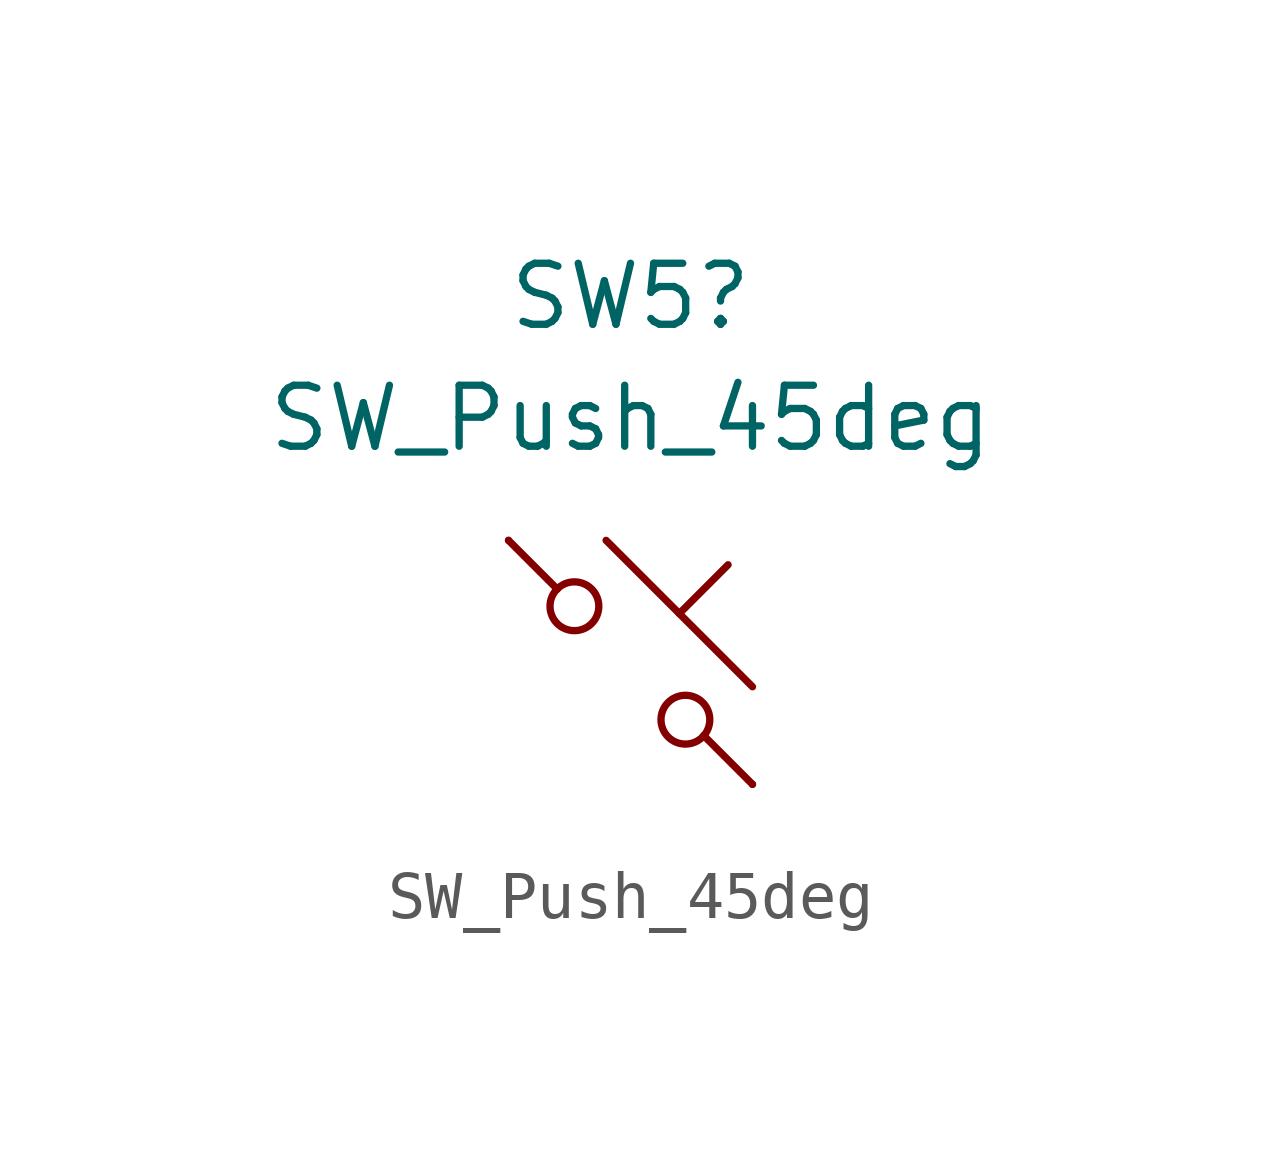
<source format=kicad_sym>
(kicad_symbol_lib
  (version 20220914)
  (generator kicad_symbol_editor)
  (symbol "SW_Push_45deg"
    (pin_numbers hide)
    (pin_names
      (offset 1.016) hide)
    (property "Reference" "SW5"
      (at 0 7.62 0)
      (effects (font (size 1.27 1.27))))
    (property "Value" "SW_Push_45deg"
      (at 0 5.08 0)
      (effects (font (size 1.27 1.27))))
    (symbol "SW_Push_45deg_0_1"
      (circle (center -1.168 1.168) (radius 0.508) (stroke (width 0) (type default)) (fill (type none)))
      (polyline (pts (xy -0.508 2.54) (xy 2.54 -0.508)) (stroke (width 0) (type default)) (fill (type none)))
      (polyline (pts (xy 1.016 1.016) (xy 2.032 2.032)) (stroke (width 0) (type default)) (fill (type none)))
      (polyline (pts (xy -2.54 2.54) (xy -1.524 1.524) (xy -1.524 1.524)) (stroke (width 0) (type default)) (fill (type none)))
      (polyline (pts (xy 1.524 -1.524) (xy 2.54 -2.54) (xy 2.54 -2.54) (xy 2.54 -2.54)) (stroke (width 0) (type default)) (fill (type none)))
      (circle (center 1.143 -1.194) (radius 0.508) (stroke (width 0) (type default)) (fill (type none)))
      (pin passive line (at -2.54 2.54 0) (length 0) (name "1" (effects (font (size 1.27 1.27)))) (number "1" (effects (font (size 1.27 1.27)))))
      (pin passive line (at 2.54 -2.54 180) (length 0) (name "2" (effects (font (size 1.27 1.27)))) (number "2" (effects (font (size 1.27 1.27))))))))
</source>
